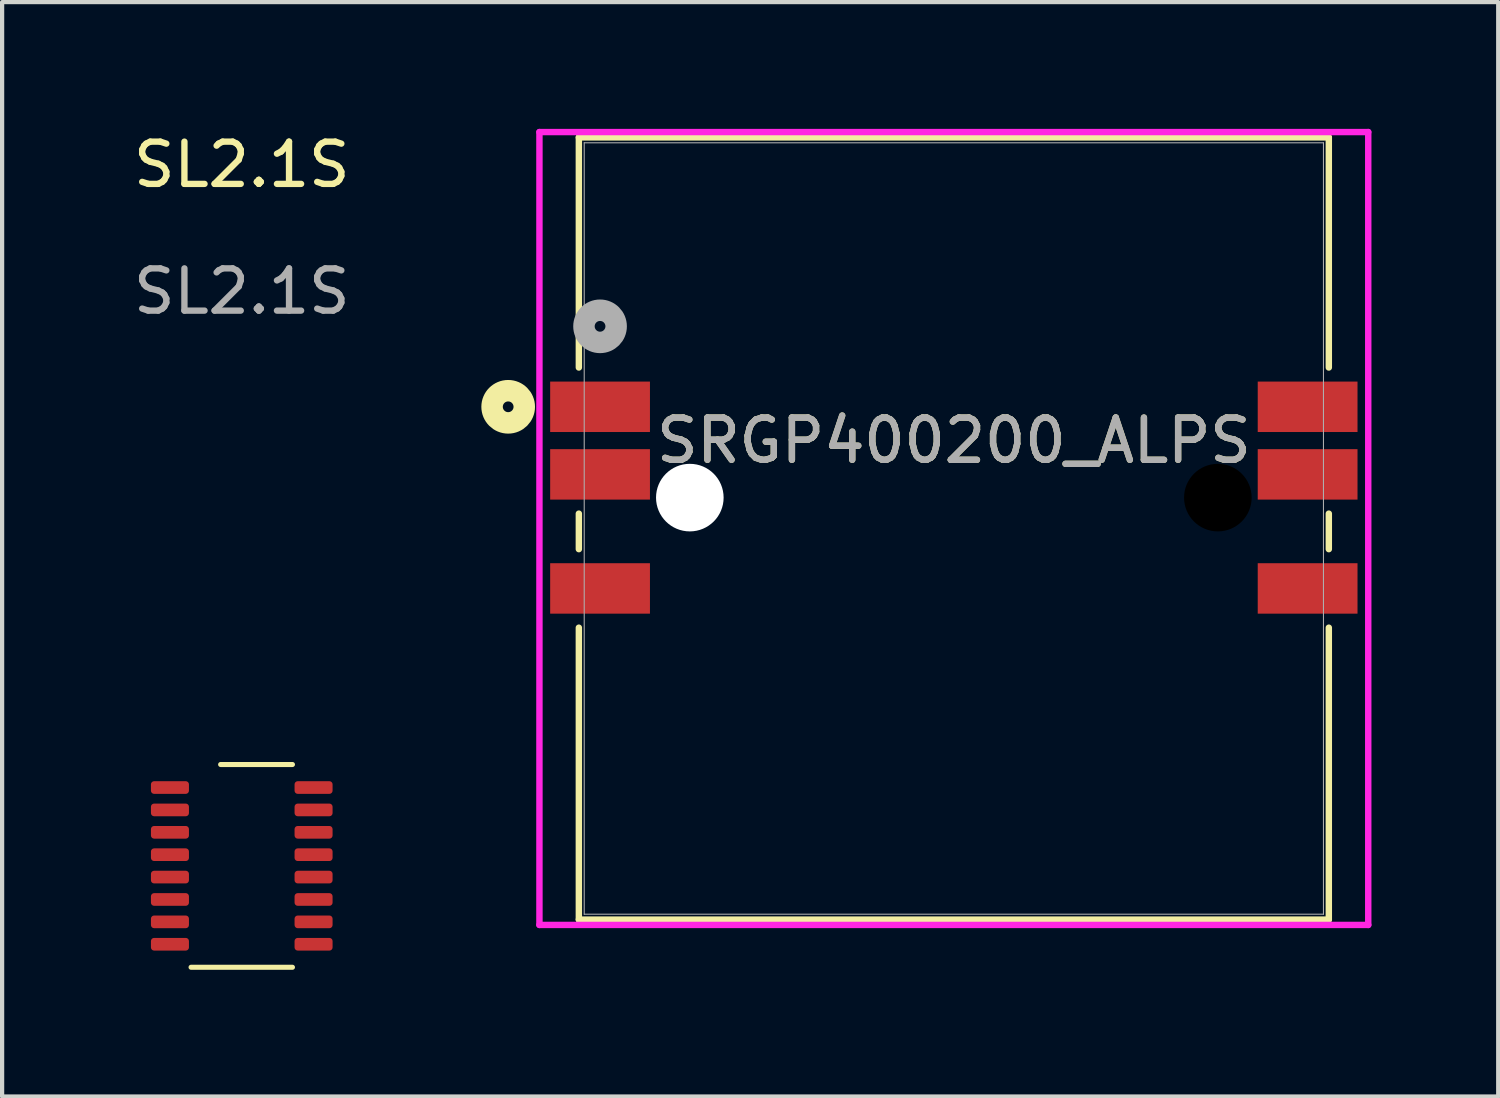
<source format=kicad_pcb>
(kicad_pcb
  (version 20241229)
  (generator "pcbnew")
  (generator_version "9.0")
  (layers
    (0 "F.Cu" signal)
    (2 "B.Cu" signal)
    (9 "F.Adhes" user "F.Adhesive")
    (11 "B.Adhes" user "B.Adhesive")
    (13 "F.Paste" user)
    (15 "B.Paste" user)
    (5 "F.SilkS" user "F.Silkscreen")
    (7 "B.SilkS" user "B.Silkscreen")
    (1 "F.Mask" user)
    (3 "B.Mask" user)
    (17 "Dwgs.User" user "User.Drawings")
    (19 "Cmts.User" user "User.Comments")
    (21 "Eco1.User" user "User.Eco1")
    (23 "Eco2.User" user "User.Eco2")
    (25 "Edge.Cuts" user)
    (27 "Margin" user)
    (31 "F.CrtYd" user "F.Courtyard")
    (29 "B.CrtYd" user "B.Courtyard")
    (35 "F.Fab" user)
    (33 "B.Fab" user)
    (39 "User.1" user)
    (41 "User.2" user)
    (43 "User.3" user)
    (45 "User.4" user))
  (footprint "SL2.1S"
    (layer "F.Cu")
    (at 2.673 17.448)
    (property "Reference" "SL2.1S" (at 0 -16.6 0) (unlocked yes) (layer "F.SilkS") (effects (font (size 1 1) (thickness 0.15))))
    (attr smd)
    (fp_line (start -1.2 2.4) (end 1.2 2.4) (stroke (width 0.12) (type default)) (layer "F.SilkS"))
    (fp_line (start -0.5 -2.4) (end 1.2 -2.4) (stroke (width 0.12) (type default)) (layer "F.SilkS"))
    (fp_text user "${REFERENCE}" (at 0 -13.6 0) (unlocked yes) (layer "F.Fab") (effects (font (size 1 1) (thickness 0.15))))
    (pad "1" smd roundrect (at -1.7 -1.855) (size 0.9 0.3) (layers "F.Cu" "F.Mask" "F.Paste") (roundrect_rratio 0.25))
    (pad "2" smd roundrect (at -1.7 -1.325) (size 0.9 0.3) (layers "F.Cu" "F.Mask" "F.Paste") (roundrect_rratio 0.25))
    (pad "3" smd roundrect (at -1.7 -0.795) (size 0.9 0.3) (layers "F.Cu" "F.Mask" "F.Paste") (roundrect_rratio 0.25))
    (pad "4" smd roundrect (at -1.7 -0.265) (size 0.9 0.3) (layers "F.Cu" "F.Mask" "F.Paste") (roundrect_rratio 0.25))
    (pad "5" smd roundrect (at -1.7 0.265) (size 0.9 0.3) (layers "F.Cu" "F.Mask" "F.Paste") (roundrect_rratio 0.25))
    (pad "6" smd roundrect (at -1.7 0.795) (size 0.9 0.3) (layers "F.Cu" "F.Mask" "F.Paste") (roundrect_rratio 0.25))
    (pad "7" smd roundrect (at -1.7 1.325) (size 0.9 0.3) (layers "F.Cu" "F.Mask" "F.Paste") (roundrect_rratio 0.25))
    (pad "8" smd roundrect (at -1.7 1.855) (size 0.9 0.3) (layers "F.Cu" "F.Mask" "F.Paste") (roundrect_rratio 0.25))
    (pad "9" smd roundrect (at 1.7 1.855) (size 0.9 0.3) (layers "F.Cu" "F.Mask" "F.Paste") (roundrect_rratio 0.25))
    (pad "10" smd roundrect (at 1.7 1.325) (size 0.9 0.3) (layers "F.Cu" "F.Mask" "F.Paste") (roundrect_rratio 0.25))
    (pad "11" smd roundrect (at 1.7 0.795) (size 0.9 0.3) (layers "F.Cu" "F.Mask" "F.Paste") (roundrect_rratio 0.25))
    (pad "12" smd roundrect (at 1.7 0.265) (size 0.9 0.3) (layers "F.Cu" "F.Mask" "F.Paste") (roundrect_rratio 0.25))
    (pad "13" smd roundrect (at 1.7 -0.265) (size 0.9 0.3) (layers "F.Cu" "F.Mask" "F.Paste") (roundrect_rratio 0.25))
    (pad "14" smd roundrect (at 1.7 -0.795) (size 0.9 0.3) (layers "F.Cu" "F.Mask" "F.Paste") (roundrect_rratio 0.25))
    (pad "15" smd roundrect (at 1.7 -1.325) (size 0.9 0.3) (layers "F.Cu" "F.Mask" "F.Paste") (roundrect_rratio 0.25))
    (pad "16" smd roundrect (at 1.7 -1.855) (size 0.9 0.3) (layers "F.Cu" "F.Mask" "F.Paste") (roundrect_rratio 0.25)))
  (footprint "SRGP400200_ALPS"
    (layer "F.Cu")
    (at 19.53 8.733)
    (property "Reference" "SRGP400200_ALPS" (at 0 -1.353 0) (unlocked yes) (layer "F.SilkS") (effects (font (size 1 1) (thickness 0.15))))
    (attr smd)
    (fp_line (start -8.877 -8.53) (end -8.877 -3.083) (stroke (width 0.152) (type solid)) (layer "F.SilkS"))
    (fp_line (start -8.877 0.376) (end -8.877 1.217) (stroke (width 0.152) (type solid)) (layer "F.SilkS"))
    (fp_line (start -8.877 3.076) (end -8.877 9.986) (stroke (width 0.152) (type solid)) (layer "F.SilkS"))
    (fp_line (start -8.877 9.986) (end 8.877 9.986) (stroke (width 0.152) (type solid)) (layer "F.SilkS"))
    (fp_line (start 8.877 -8.53) (end -8.877 -8.53) (stroke (width 0.152) (type solid)) (layer "F.SilkS"))
    (fp_line (start 8.877 -3.083) (end 8.877 -8.53) (stroke (width 0.152) (type solid)) (layer "F.SilkS"))
    (fp_line (start 8.877 1.217) (end 8.877 0.376) (stroke (width 0.152) (type solid)) (layer "F.SilkS"))
    (fp_line (start 8.877 9.986) (end 8.877 3.076) (stroke (width 0.152) (type solid)) (layer "F.SilkS"))
    (fp_circle (center -10.55 -2.153) (end -10.931 -2.153) (stroke (width 0.508) (type solid)) (fill no) (layer "F.SilkS"))
    (fp_line (start -9.81 -8.657) (end -9.81 10.113) (stroke (width 0.152) (type solid)) (layer "F.CrtYd"))
    (fp_line (start -9.81 10.113) (end 9.81 10.113) (stroke (width 0.152) (type solid)) (layer "F.CrtYd"))
    (fp_line (start 9.81 -8.657) (end -9.81 -8.657) (stroke (width 0.152) (type solid)) (layer "F.CrtYd"))
    (fp_line (start 9.81 10.113) (end 9.81 -8.657) (stroke (width 0.152) (type solid)) (layer "F.CrtYd"))
    (fp_line (start -8.75 -8.403) (end -8.75 9.859) (stroke (width 0.025) (type solid)) (layer "F.Fab"))
    (fp_line (start -8.75 9.859) (end 8.75 9.859) (stroke (width 0.025) (type solid)) (layer "F.Fab"))
    (fp_line (start 8.75 -8.403) (end -8.75 -8.403) (stroke (width 0.025) (type solid)) (layer "F.Fab"))
    (fp_line (start 8.75 9.859) (end 8.75 -8.403) (stroke (width 0.025) (type solid)) (layer "F.Fab"))
    (fp_circle (center -8.375 -4.058) (end -7.994 -4.058) (stroke (width 0.508) (type solid)) (fill no) (layer "F.Fab"))
    (fp_text user "${REFERENCE}" (at 0 -1.353 0) (unlocked yes) (layer "F.Fab") (effects (font (size 1 1) (thickness 0.15))))
    (pad "" np_thru_hole circle (at -6.25 -0.003) (size 1.6 1.6) (drill 1.6) (layers "*.Cu" "*.Mask"))
    (pad "" np_thru_hole circle (at 6.25 -0.003) (size 1.6 1.6) (drill 1.6) (layers))
    (pad "1" smd rect (at -8.375 -2.153) (size 2.362 1.194) (layers "F.Cu" "F.Mask" "F.Paste"))
    (pad "2" smd rect (at -8.375 -0.553) (size 2.362 1.194) (layers "F.Cu" "F.Mask" "F.Paste"))
    (pad "3" smd rect (at -8.375 2.147) (size 2.362 1.194) (layers "F.Cu" "F.Mask" "F.Paste"))
    (pad "4" smd rect (at 8.375 2.147) (size 2.362 1.194) (layers "F.Cu" "F.Mask" "F.Paste"))
    (pad "5" smd rect (at 8.375 -0.553) (size 2.362 1.194) (layers "F.Cu" "F.Mask" "F.Paste"))
    (pad "6" smd rect (at 8.375 -2.153) (size 2.362 1.194) (layers "F.Cu" "F.Mask" "F.Paste")))
  (gr_rect
    (start -3 -3)
    (end 32.417 22.908)
    (stroke (width 0.1) (type default))
    (fill no)
    (layer "Edge.Cuts")))
</source>
